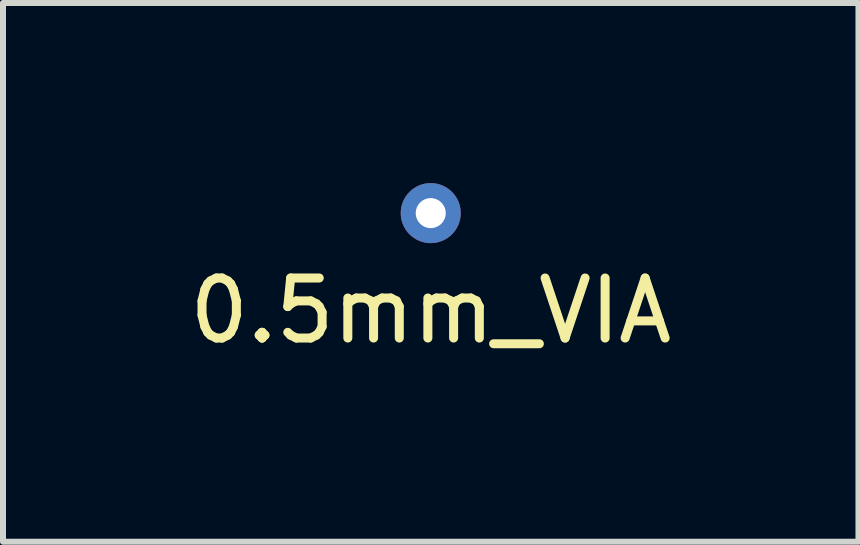
<source format=kicad_pcb>
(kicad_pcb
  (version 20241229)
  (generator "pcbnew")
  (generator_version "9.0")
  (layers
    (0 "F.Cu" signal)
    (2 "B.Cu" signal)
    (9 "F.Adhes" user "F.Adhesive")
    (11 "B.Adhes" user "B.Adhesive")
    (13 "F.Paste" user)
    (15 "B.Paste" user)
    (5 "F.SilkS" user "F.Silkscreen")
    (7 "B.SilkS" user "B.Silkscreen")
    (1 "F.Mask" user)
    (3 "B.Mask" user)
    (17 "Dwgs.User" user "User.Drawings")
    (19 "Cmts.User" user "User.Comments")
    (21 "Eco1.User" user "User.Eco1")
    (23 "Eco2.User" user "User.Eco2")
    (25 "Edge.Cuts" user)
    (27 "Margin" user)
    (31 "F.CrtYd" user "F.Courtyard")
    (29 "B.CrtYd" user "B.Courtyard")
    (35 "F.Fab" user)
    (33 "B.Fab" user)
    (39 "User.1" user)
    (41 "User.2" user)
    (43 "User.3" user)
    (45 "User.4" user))
  (footprint "0.5mm_VIA"
    (layer "F.Cu")
    (at 4.125 0.5)
    (property "Reference" "0.5mm_VIA" (at 0 1.626 0) (layer "F.SilkS") (effects (font (size 1 1) (thickness 0.15))))
    (attr through_hole)
    (pad "" thru_hole circle (at 0 0) (size 1 1) (drill 0.5) (layers "*.Cu")))
  (gr_rect
    (start -3 -3)
    (end 11.25 5.974)
    (stroke (width 0.1) (type default))
    (fill no)
    (layer "Edge.Cuts")))
</source>
